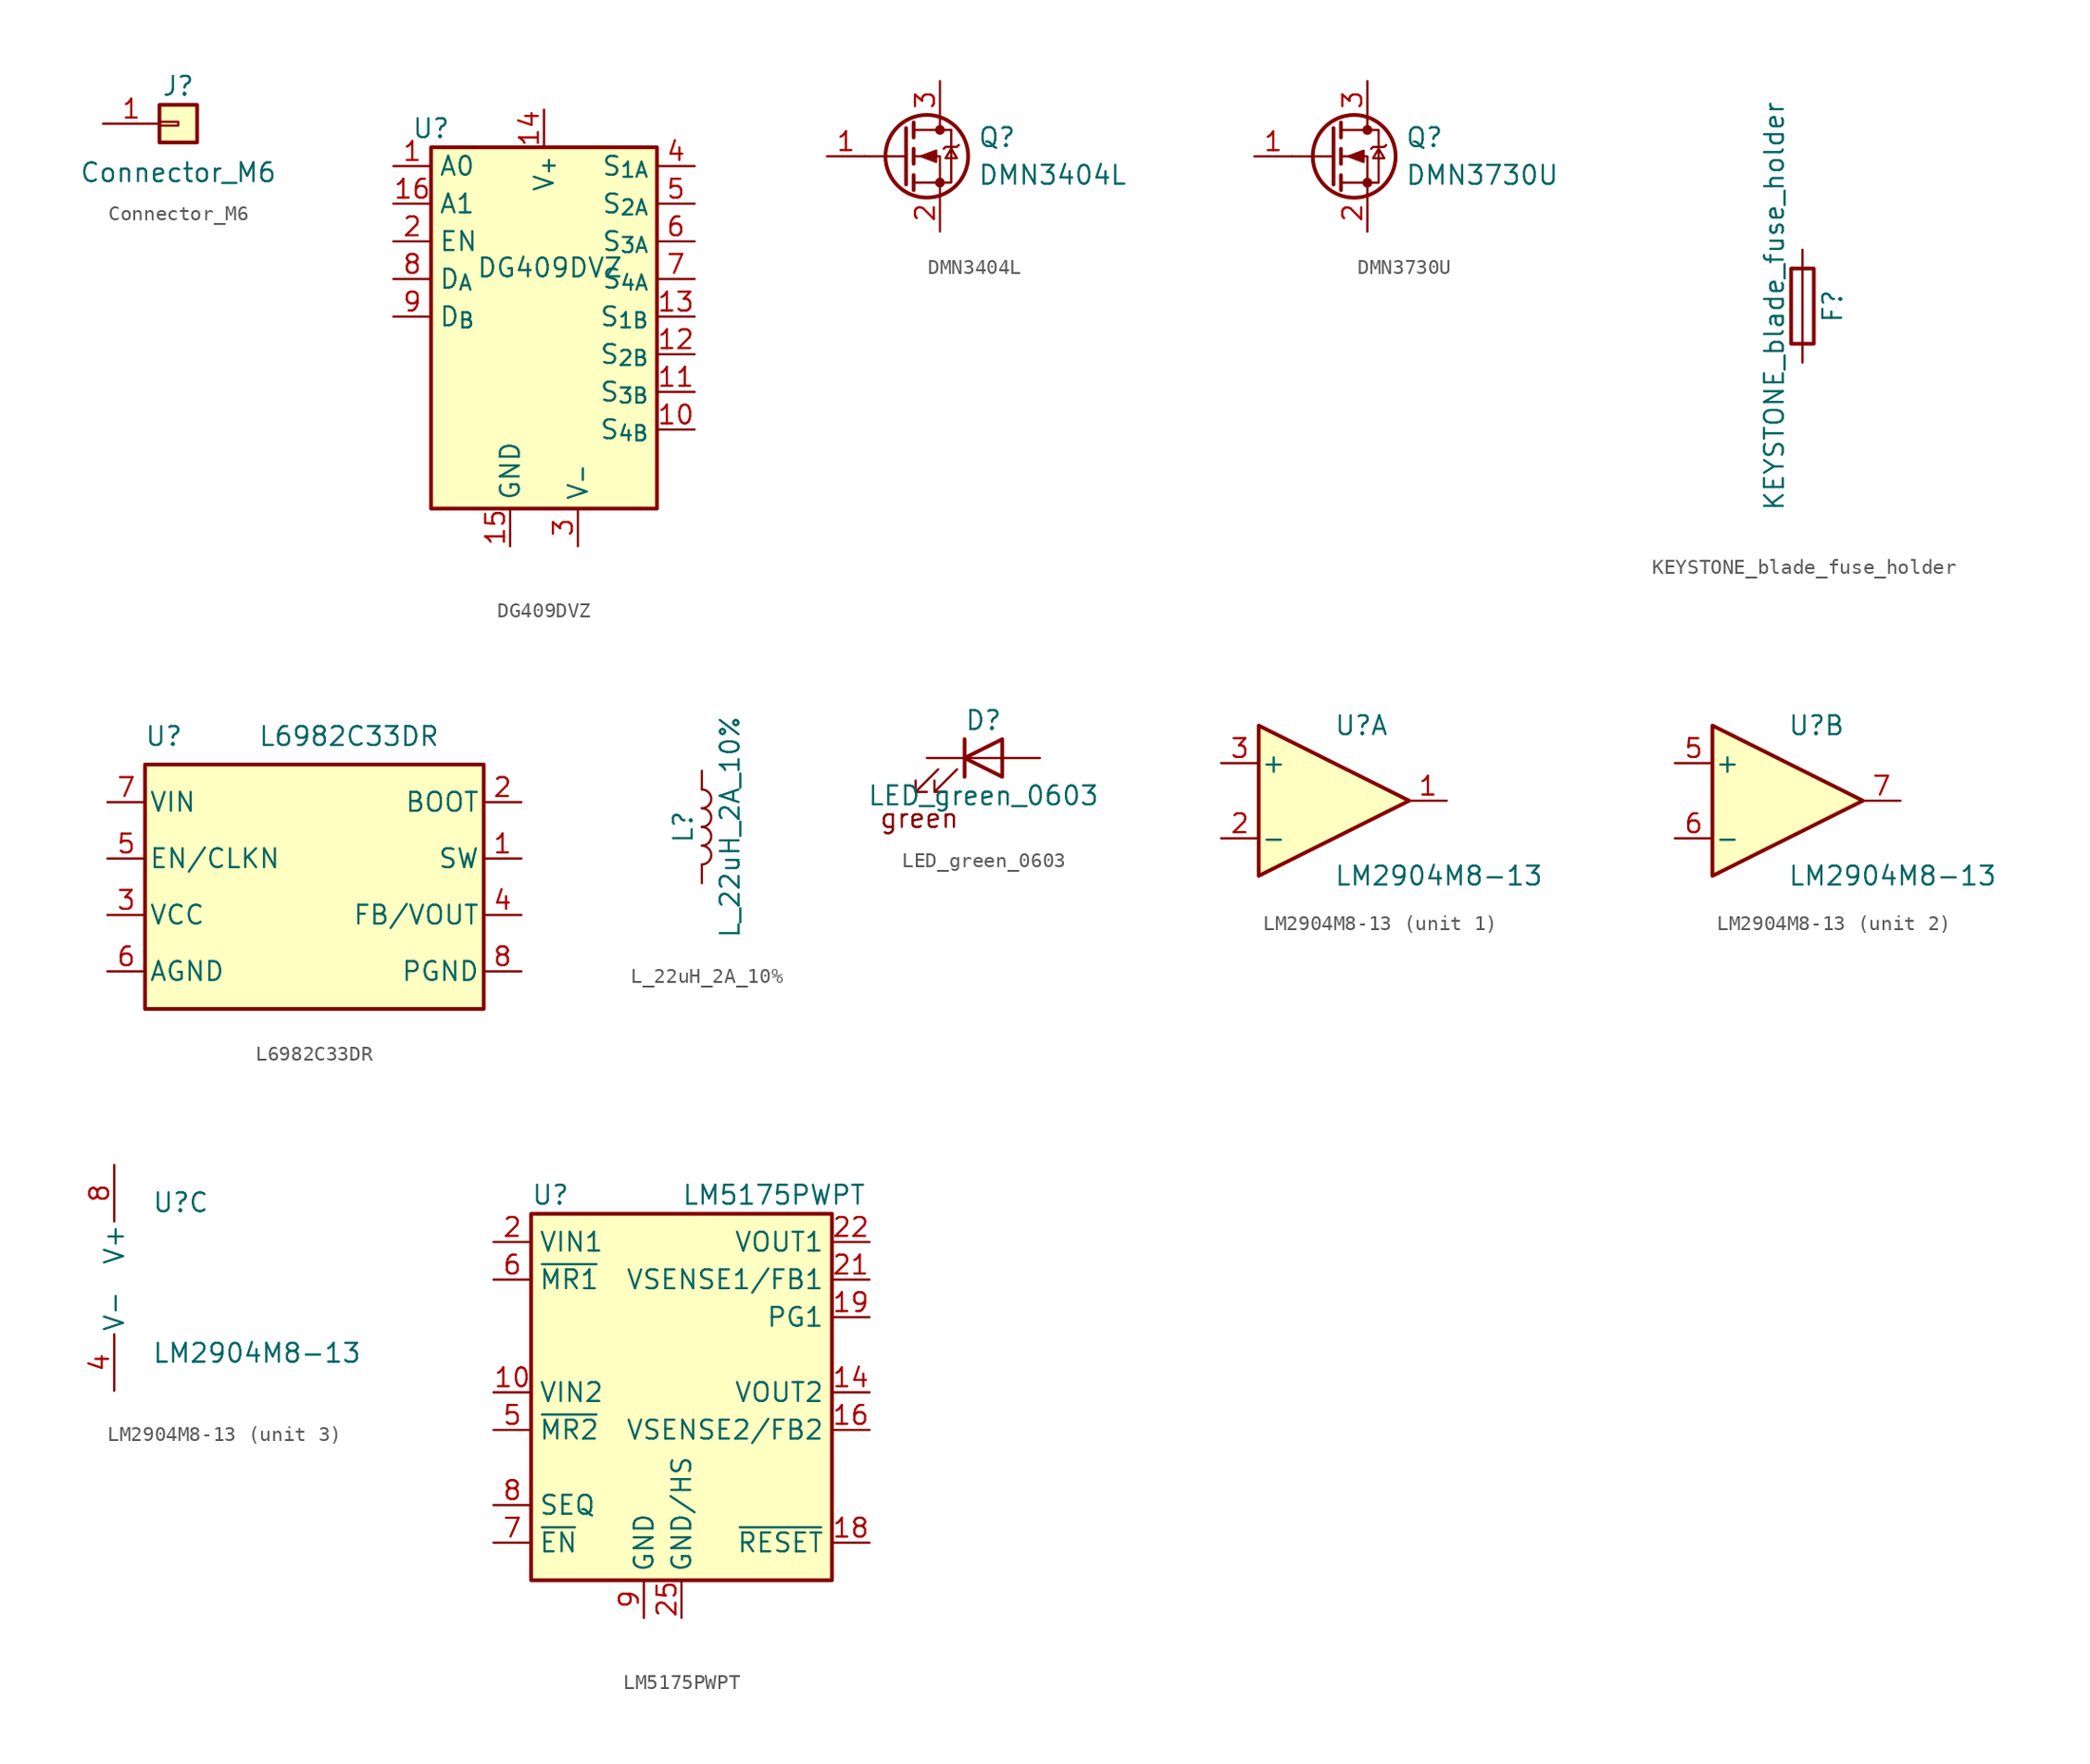
<source format=kicad_sym>
(kicad_symbol_lib
  (version 20220914)
  (generator kicad_symbol_editor)
  (symbol "Connector_M6"
    (pin_names
      (offset 1.016) hide)
    (property "Reference" "J"
      (at 0 2.54 0)
      (effects (font (size 1.27 1.27))))
    (property "Value" "Connector_M6"
      (at 0 -3.302 0)
      (effects (font (size 1.27 1.27))))
    (symbol "Connector_M6_1_1"
      (rectangle (start -1.27 0.127) (end 0 -0.127) (stroke (width 0.152) (type default)) (fill (type none)))
      (rectangle (start -1.27 1.27) (end 1.27 -1.27) (stroke (width 0.254) (type default)) (fill (type background)))
      (pin passive line (at -5.08 0 0) (length 3.81) (name "Pin_1" (effects (font (size 1.27 1.27)))) (number "1" (effects (font (size 1.27 1.27)))))))
  (symbol "DG409DVZ"
    (property "Reference" "U"
      (at -7.62 6.35 0)
      (effects (font (size 1.27 1.27))))
    (property "Value" "DG409DVZ"
      (at -4.572 -3.048 0)
      (effects (font (size 1.27 1.27)) (justify left)))
    (symbol "DG409DVZ_1_1"
      (rectangle (start -7.62 5.08) (end 7.62 -19.304) (stroke (width 0.254) (type default)) (fill (type background)))
      (pin input line (at -10.16 3.81 0) (length 2.54) (name "A0" (effects (font (size 1.27 1.27)))) (number "1" (effects (font (size 1.27 1.27)))))
      (pin output line (at 10.16 -13.97 180) (length 2.54) (name "S_{4B}" (effects (font (size 1.27 1.27)))) (number "10" (effects (font (size 1.27 1.27)))))
      (pin output line (at 10.16 -11.43 180) (length 2.54) (name "S_{3B}" (effects (font (size 1.27 1.27)))) (number "11" (effects (font (size 1.27 1.27)))))
      (pin output line (at 10.16 -8.89 180) (length 2.54) (name "S_{2B}" (effects (font (size 1.27 1.27)))) (number "12" (effects (font (size 1.27 1.27)))))
      (pin output line (at 10.16 -6.35 180) (length 2.54) (name "S_{1B}" (effects (font (size 1.27 1.27)))) (number "13" (effects (font (size 1.27 1.27)))))
      (pin power_in line (at 0 7.62 270) (length 2.54) (name "V_{+}" (effects (font (size 1.27 1.27)))) (number "14" (effects (font (size 1.27 1.27)))))
      (pin power_in line (at -2.286 -21.844 90) (length 2.54) (name "GND" (effects (font (size 1.27 1.27)))) (number "15" (effects (font (size 1.27 1.27)))))
      (pin input line (at -10.16 1.27 0) (length 2.54) (name "A1" (effects (font (size 1.27 1.27)))) (number "16" (effects (font (size 1.27 1.27)))))
      (pin input line (at -10.16 -1.27 0) (length 2.54) (name "EN" (effects (font (size 1.27 1.27)))) (number "2" (effects (font (size 1.27 1.27)))))
      (pin power_in line (at 2.286 -21.844 90) (length 2.54) (name "V_{-}" (effects (font (size 1.27 1.27)))) (number "3" (effects (font (size 1.27 1.27)))))
      (pin output line (at 10.16 3.81 180) (length 2.54) (name "S_{1A}" (effects (font (size 1.27 1.27)))) (number "4" (effects (font (size 1.27 1.27)))))
      (pin output line (at 10.16 1.27 180) (length 2.54) (name "S_{2A}" (effects (font (size 1.27 1.27)))) (number "5" (effects (font (size 1.27 1.27)))))
      (pin output line (at 10.16 -1.27 180) (length 2.54) (name "S_{3A}" (effects (font (size 1.27 1.27)))) (number "6" (effects (font (size 1.27 1.27)))))
      (pin output line (at 10.16 -3.81 180) (length 2.54) (name "S_{4A}" (effects (font (size 1.27 1.27)))) (number "7" (effects (font (size 1.27 1.27)))))
      (pin input line (at -10.16 -3.81 0) (length 2.54) (name "D_{A}" (effects (font (size 1.27 1.27)))) (number "8" (effects (font (size 1.27 1.27)))))
      (pin input line (at -10.16 -6.35 0) (length 2.54) (name "D_{B}" (effects (font (size 1.27 1.27)))) (number "9" (effects (font (size 1.27 1.27)))))))
  (symbol "DMN3404L"
    (pin_names
      (offset 0) hide)
    (property "Reference" "Q"
      (at 5.08 1.27 0)
      (effects (font (size 1.27 1.27)) (justify left)))
    (property "Value" "DMN3404L"
      (at 5.08 -1.27 0)
      (effects (font (size 1.27 1.27)) (justify left)))
    (symbol "DMN3404L_0_1"
      (polyline (pts (xy 0.254 0) (xy -2.54 0)) (stroke (width 0) (type default)) (fill (type none)))
      (polyline (pts (xy 0.254 1.905) (xy 0.254 -1.905)) (stroke (width 0.254) (type default)) (fill (type none)))
      (polyline (pts (xy 0.762 -1.27) (xy 0.762 -2.286)) (stroke (width 0.254) (type default)) (fill (type none)))
      (polyline (pts (xy 0.762 0.508) (xy 0.762 -0.508)) (stroke (width 0.254) (type default)) (fill (type none)))
      (polyline (pts (xy 0.762 2.286) (xy 0.762 1.27)) (stroke (width 0.254) (type default)) (fill (type none)))
      (polyline (pts (xy 2.54 2.54) (xy 2.54 1.778)) (stroke (width 0) (type default)) (fill (type none)))
      (polyline (pts (xy 2.54 -2.54) (xy 2.54 0) (xy 0.762 0)) (stroke (width 0) (type default)) (fill (type none)))
      (polyline (pts (xy 0.762 1.778) (xy 3.302 1.778) (xy 3.302 -1.778) (xy 0.762 -1.778)) (stroke (width 0) (type default)) (fill (type none)))
      (polyline (pts (xy 1.27 0) (xy 2.286 0.381) (xy 2.286 -0.381) (xy 1.27 0)) (stroke (width 0) (type default)) (fill (type outline)))
      (polyline (pts (xy 2.794 0.508) (xy 2.921 0.635) (xy 3.683 0.635) (xy 3.81 0.762)) (stroke (width 0) (type default)) (fill (type none)))
      (polyline (pts (xy 3.302 0.508) (xy 2.921 -0.127) (xy 3.683 -0.127) (xy 3.302 0.508)) (stroke (width 0) (type default)) (fill (type none)))
      (circle (center 1.651 0) (radius 2.794) (stroke (width 0.254) (type default)) (fill (type none)))
      (circle (center 2.54 -1.778) (radius 0.254) (stroke (width 0) (type default)) (fill (type outline)))
      (circle (center 2.54 1.778) (radius 0.254) (stroke (width 0) (type default)) (fill (type outline))))
    (symbol "DMN3404L_1_1"
      (pin input line (at -5.08 0 0) (length 2.54) (name "G" (effects (font (size 1.27 1.27)))) (number "1" (effects (font (size 1.27 1.27)))))
      (pin passive line (at 2.54 -5.08 90) (length 2.54) (name "S" (effects (font (size 1.27 1.27)))) (number "2" (effects (font (size 1.27 1.27)))))
      (pin passive line (at 2.54 5.08 270) (length 2.54) (name "D" (effects (font (size 1.27 1.27)))) (number "3" (effects (font (size 1.27 1.27)))))))
  (symbol "DMN3730U"
    (pin_names
      (offset 0) hide)
    (property "Reference" "Q"
      (at 5.08 1.27 0)
      (effects (font (size 1.27 1.27)) (justify left)))
    (property "Value" "DMN3730U"
      (at 5.08 -1.27 0)
      (effects (font (size 1.27 1.27)) (justify left)))
    (symbol "DMN3730U_0_1"
      (polyline (pts (xy 0.254 0) (xy -2.54 0)) (stroke (width 0) (type default)) (fill (type none)))
      (polyline (pts (xy 0.254 1.905) (xy 0.254 -1.905)) (stroke (width 0.254) (type default)) (fill (type none)))
      (polyline (pts (xy 0.762 -1.27) (xy 0.762 -2.286)) (stroke (width 0.254) (type default)) (fill (type none)))
      (polyline (pts (xy 0.762 0.508) (xy 0.762 -0.508)) (stroke (width 0.254) (type default)) (fill (type none)))
      (polyline (pts (xy 0.762 2.286) (xy 0.762 1.27)) (stroke (width 0.254) (type default)) (fill (type none)))
      (polyline (pts (xy 2.54 2.54) (xy 2.54 1.778)) (stroke (width 0) (type default)) (fill (type none)))
      (polyline (pts (xy 2.54 -2.54) (xy 2.54 0) (xy 0.762 0)) (stroke (width 0) (type default)) (fill (type none)))
      (polyline (pts (xy 0.762 1.778) (xy 3.302 1.778) (xy 3.302 -1.778) (xy 0.762 -1.778)) (stroke (width 0) (type default)) (fill (type none)))
      (polyline (pts (xy 1.27 0) (xy 2.286 0.381) (xy 2.286 -0.381) (xy 1.27 0)) (stroke (width 0) (type default)) (fill (type outline)))
      (polyline (pts (xy 2.794 0.508) (xy 2.921 0.635) (xy 3.683 0.635) (xy 3.81 0.762)) (stroke (width 0) (type default)) (fill (type none)))
      (polyline (pts (xy 3.302 0.508) (xy 2.921 -0.127) (xy 3.683 -0.127) (xy 3.302 0.508)) (stroke (width 0) (type default)) (fill (type none)))
      (circle (center 1.651 0) (radius 2.794) (stroke (width 0.254) (type default)) (fill (type none)))
      (circle (center 2.54 -1.778) (radius 0.254) (stroke (width 0) (type default)) (fill (type outline)))
      (circle (center 2.54 1.778) (radius 0.254) (stroke (width 0) (type default)) (fill (type outline))))
    (symbol "DMN3730U_1_1"
      (pin input line (at -5.08 0 0) (length 2.54) (name "G" (effects (font (size 1.27 1.27)))) (number "1" (effects (font (size 1.27 1.27)))))
      (pin passive line (at 2.54 -5.08 90) (length 2.54) (name "S" (effects (font (size 1.27 1.27)))) (number "2" (effects (font (size 1.27 1.27)))))
      (pin passive line (at 2.54 5.08 270) (length 2.54) (name "D" (effects (font (size 1.27 1.27)))) (number "3" (effects (font (size 1.27 1.27)))))))
  (symbol "KEYSTONE_blade_fuse_holder"
    (pin_numbers hide)
    (pin_names
      (offset 0))
    (property "Reference" "F"
      (at 2.032 0 90)
      (effects (font (size 1.27 1.27))))
    (property "Value" "KEYSTONE_blade_fuse_holder"
      (at -1.905 0 90)
      (effects (font (size 1.27 1.27))))
    (symbol "KEYSTONE_blade_fuse_holder_0_1"
      (rectangle (start -0.762 -2.54) (end 0.762 2.54) (stroke (width 0.254) (type default)) (fill (type none)))
      (polyline (pts (xy 0 2.54) (xy 0 -2.54)) (stroke (width 0) (type default)) (fill (type none))))
    (symbol "KEYSTONE_blade_fuse_holder_1_1"
      (pin passive line (at 0 3.81 270) (length 1.27) (name "~" (effects (font (size 1.27 1.27)))) (number "1" (effects (font (size 1.27 1.27)))))
      (pin passive line (at 0 -3.81 90) (length 1.27) (name "~" (effects (font (size 1.27 1.27)))) (number "2" (effects (font (size 1.27 1.27)))))))
  (symbol "L6982C33DR"
    (pin_names
      (offset 0.254))
    (property "Reference" "U"
      (at -6.35 5.715 0)
      (effects (font (size 1.27 1.27))))
    (property "Value" "L6982C33DR"
      (at 0 5.715 0)
      (effects (font (size 1.27 1.27)) (justify left)))
    (symbol "L6982C33DR_0_1"
      (rectangle (start -7.62 3.81) (end 15.24 -12.7) (stroke (width 0.254) (type default)) (fill (type background))))
    (symbol "L6982C33DR_1_1"
      (pin power_out line (at 17.78 -2.54 180) (length 2.54) (name "SW" (effects (font (size 1.27 1.27)))) (number "1" (effects (font (size 1.27 1.27)))))
      (pin input line (at 17.78 1.27 180) (length 2.54) (name "BOOT" (effects (font (size 1.27 1.27)))) (number "2" (effects (font (size 1.27 1.27)))))
      (pin power_out line (at -10.16 -6.35 0) (length 2.54) (name "VCC" (effects (font (size 1.27 1.27)))) (number "3" (effects (font (size 1.27 1.27)))))
      (pin power_out line (at 17.78 -6.35 180) (length 2.54) (name "FB/VOUT" (effects (font (size 1.27 1.27)))) (number "4" (effects (font (size 1.27 1.27)))))
      (pin input line (at -10.16 -2.54 0) (length 2.54) (name "EN/CLKN" (effects (font (size 1.27 1.27)))) (number "5" (effects (font (size 1.27 1.27)))))
      (pin passive line (at -10.16 -10.16 0) (length 2.54) (name "AGND" (effects (font (size 1.27 1.27)))) (number "6" (effects (font (size 1.27 1.27)))))
      (pin power_in line (at -10.16 1.27 0) (length 2.54) (name "VIN" (effects (font (size 1.27 1.27)))) (number "7" (effects (font (size 1.27 1.27)))))
      (pin passive line (at 17.78 -10.16 180) (length 2.54) (name "PGND" (effects (font (size 1.27 1.27)))) (number "8" (effects (font (size 1.27 1.27)))))))
  (symbol "L_22uH_2A_10%"
    (pin_numbers hide)
    (pin_names
      (offset 1.016) hide)
    (property "Reference" "L"
      (at -1.27 0 90)
      (effects (font (size 1.27 1.27))))
    (property "Value" "L_22uH_2A_10%"
      (at 1.905 0 90)
      (effects (font (size 1.27 1.27))))
    (symbol "L_22uH_2A_10%_0_1"
      (arc (start 0 -2.54) (mid 0.6323 -1.905) (end 0 -1.27) (stroke (width 0) (type default)) (fill (type none)))
      (arc (start 0 -1.27) (mid 0.6323 -0.635) (end 0 0) (stroke (width 0) (type default)) (fill (type none)))
      (arc (start 0 0) (mid 0.6323 0.635) (end 0 1.27) (stroke (width 0) (type default)) (fill (type none)))
      (arc (start 0 1.27) (mid 0.6323 1.905) (end 0 2.54) (stroke (width 0) (type default)) (fill (type none))))
    (symbol "L_22uH_2A_10%_1_1"
      (pin passive line (at 0 3.81 270) (length 1.27) (name "1" (effects (font (size 1.27 1.27)))) (number "1" (effects (font (size 1.27 1.27)))))
      (pin passive line (at 0 -3.81 90) (length 1.27) (name "2" (effects (font (size 1.27 1.27)))) (number "2" (effects (font (size 1.27 1.27)))))))
  (symbol "LED_green_0603"
    (pin_numbers hide)
    (pin_names
      (offset 1.016) hide)
    (property "Reference" "D"
      (at 0 2.54 0)
      (effects (font (size 1.27 1.27))))
    (property "Value" "LED_green_0603"
      (at 0 -2.54 0)
      (effects (font (size 1.27 1.27))))
    (symbol "LED_green_0603_0_0"
      (text "green" (at -4.318 -4.064 0) (effects (font (size 1.27 1.27)))))
    (symbol "LED_green_0603_0_1"
      (polyline (pts (xy -1.27 -1.27) (xy -1.27 1.27)) (stroke (width 0.254) (type default)) (fill (type none)))
      (polyline (pts (xy -1.27 0) (xy 1.27 0)) (stroke (width 0) (type default)) (fill (type none)))
      (polyline (pts (xy 1.27 -1.27) (xy 1.27 1.27) (xy -1.27 0) (xy 1.27 -1.27)) (stroke (width 0.254) (type default)) (fill (type none)))
      (polyline (pts (xy -3.048 -0.762) (xy -4.572 -2.286) (xy -3.81 -2.286) (xy -4.572 -2.286) (xy -4.572 -1.524)) (stroke (width 0) (type default)) (fill (type none)))
      (polyline (pts (xy -1.778 -0.762) (xy -3.302 -2.286) (xy -2.54 -2.286) (xy -3.302 -2.286) (xy -3.302 -1.524)) (stroke (width 0) (type default)) (fill (type none))))
    (symbol "LED_green_0603_1_1"
      (pin passive line (at -3.81 0 0) (length 2.54) (name "K" (effects (font (size 1.27 1.27)))) (number "1" (effects (font (size 1.27 1.27)))))
      (pin passive line (at 3.81 0 180) (length 2.54) (name "A" (effects (font (size 1.27 1.27)))) (number "2" (effects (font (size 1.27 1.27)))))))
  (symbol "LM2904M8-13"
    (pin_names
      (offset 0.127))
    (property "Reference" "U"
      (at 0 5.08 0)
      (effects (font (size 1.27 1.27)) (justify left)))
    (property "Value" "LM2904M8-13"
      (at 0 -5.08 0)
      (effects (font (size 1.27 1.27)) (justify left)))
    (property "ki_locked" ""
      (at 0 0 0)
      (effects (font (size 1.27 1.27))))
    (symbol "LM2904M8-13_1_1"
      (polyline (pts (xy -5.08 5.08) (xy 5.08 0) (xy -5.08 -5.08) (xy -5.08 5.08)) (stroke (width 0.254) (type default)) (fill (type background)))
      (pin output line (at 7.62 0 180) (length 2.54) (name "~" (effects (font (size 1.27 1.27)))) (number "1" (effects (font (size 1.27 1.27)))))
      (pin input line (at -7.62 -2.54 0) (length 2.54) (name "-" (effects (font (size 1.27 1.27)))) (number "2" (effects (font (size 1.27 1.27)))))
      (pin input line (at -7.62 2.54 0) (length 2.54) (name "+" (effects (font (size 1.27 1.27)))) (number "3" (effects (font (size 1.27 1.27))))))
    (symbol "LM2904M8-13_2_1"
      (polyline (pts (xy -5.08 5.08) (xy 5.08 0) (xy -5.08 -5.08) (xy -5.08 5.08)) (stroke (width 0.254) (type default)) (fill (type background)))
      (pin input line (at -7.62 2.54 0) (length 2.54) (name "+" (effects (font (size 1.27 1.27)))) (number "5" (effects (font (size 1.27 1.27)))))
      (pin input line (at -7.62 -2.54 0) (length 2.54) (name "-" (effects (font (size 1.27 1.27)))) (number "6" (effects (font (size 1.27 1.27)))))
      (pin output line (at 7.62 0 180) (length 2.54) (name "~" (effects (font (size 1.27 1.27)))) (number "7" (effects (font (size 1.27 1.27))))))
    (symbol "LM2904M8-13_3_1"
      (pin power_in line (at -2.54 -7.62 90) (length 3.81) (name "V-" (effects (font (size 1.27 1.27)))) (number "4" (effects (font (size 1.27 1.27)))))
      (pin power_in line (at -2.54 7.62 270) (length 3.81) (name "V+" (effects (font (size 1.27 1.27)))) (number "8" (effects (font (size 1.27 1.27)))))))
  (symbol "LM5175PWPT"
    (property "Reference" "U"
      (at -10.16 13.335 0)
      (effects (font (size 1.27 1.27)) (justify left)))
    (property "Value" "LM5175PWPT"
      (at 0 13.335 0)
      (effects (font (size 1.27 1.27)) (justify left)))
    (symbol "LM5175PWPT_0_1"
      (rectangle (start -10.16 12.065) (end 10.16 -12.7) (stroke (width 0.254) (type default)) (fill (type background))))
    (symbol "LM5175PWPT_1_1"
      (pin passive line (at 0 -15.24 90) (length 2.54) hide (name "GND/HS" (effects (font (size 1.27 1.27)))) (number "1" (effects (font (size 1.27 1.27)))))
      (pin power_in line (at -12.7 0 0) (length 2.54) (name "VIN2" (effects (font (size 1.27 1.27)))) (number "10" (effects (font (size 1.27 1.27)))))
      (pin passive line (at -12.7 0 0) (length 2.54) hide (name "VIN2" (effects (font (size 1.27 1.27)))) (number "11" (effects (font (size 1.27 1.27)))))
      (pin passive line (at 0 -15.24 90) (length 2.54) hide (name "GND/HS" (effects (font (size 1.27 1.27)))) (number "12" (effects (font (size 1.27 1.27)))))
      (pin passive line (at 0 -15.24 90) (length 2.54) hide (name "GND/HS" (effects (font (size 1.27 1.27)))) (number "13" (effects (font (size 1.27 1.27)))))
      (pin power_out line (at 12.7 0 180) (length 2.54) (name "VOUT2" (effects (font (size 1.27 1.27)))) (number "14" (effects (font (size 1.27 1.27)))))
      (pin passive line (at 12.7 0 180) (length 2.54) hide (name "VOUT2" (effects (font (size 1.27 1.27)))) (number "15" (effects (font (size 1.27 1.27)))))
      (pin input line (at 12.7 -2.54 180) (length 2.54) (name "VSENSE2/FB2" (effects (font (size 1.27 1.27)))) (number "16" (effects (font (size 1.27 1.27)))))
      (pin no_connect line (at -10.16 2.54 0) (length 2.54) hide (name "NC" (effects (font (size 1.27 1.27)))) (number "17" (effects (font (size 1.27 1.27)))))
      (pin open_collector line (at 12.7 -10.16 180) (length 2.54) (name "~{RESET}" (effects (font (size 1.27 1.27)))) (number "18" (effects (font (size 1.27 1.27)))))
      (pin open_collector line (at 12.7 5.08 180) (length 2.54) (name "PG1" (effects (font (size 1.27 1.27)))) (number "19" (effects (font (size 1.27 1.27)))))
      (pin power_in line (at -12.7 10.16 0) (length 2.54) (name "VIN1" (effects (font (size 1.27 1.27)))) (number "2" (effects (font (size 1.27 1.27)))))
      (pin no_connect line (at -10.16 -5.08 0) (length 2.54) hide (name "NC" (effects (font (size 1.27 1.27)))) (number "20" (effects (font (size 1.27 1.27)))))
      (pin input line (at 12.7 7.62 180) (length 2.54) (name "VSENSE1/FB1" (effects (font (size 1.27 1.27)))) (number "21" (effects (font (size 1.27 1.27)))))
      (pin power_out line (at 12.7 10.16 180) (length 2.54) (name "VOUT1" (effects (font (size 1.27 1.27)))) (number "22" (effects (font (size 1.27 1.27)))))
      (pin passive line (at 12.7 10.16 180) (length 2.54) hide (name "VOUT1" (effects (font (size 1.27 1.27)))) (number "23" (effects (font (size 1.27 1.27)))))
      (pin passive line (at 0 -15.24 90) (length 2.54) hide (name "GND/HS" (effects (font (size 1.27 1.27)))) (number "24" (effects (font (size 1.27 1.27)))))
      (pin power_in line (at 0 -15.24 90) (length 2.54) (name "GND/HS" (effects (font (size 1.27 1.27)))) (number "25" (effects (font (size 1.27 1.27)))))
      (pin passive line (at -12.7 10.16 0) (length 2.54) hide (name "VIN1" (effects (font (size 1.27 1.27)))) (number "3" (effects (font (size 1.27 1.27)))))
      (pin no_connect line (at -10.16 5.08 0) (length 2.54) hide (name "NC" (effects (font (size 1.27 1.27)))) (number "4" (effects (font (size 1.27 1.27)))))
      (pin input line (at -12.7 -2.54 0) (length 2.54) (name "~{MR2}" (effects (font (size 1.27 1.27)))) (number "5" (effects (font (size 1.27 1.27)))))
      (pin input line (at -12.7 7.62 0) (length 2.54) (name "~{MR1}" (effects (font (size 1.27 1.27)))) (number "6" (effects (font (size 1.27 1.27)))))
      (pin input line (at -12.7 -10.16 0) (length 2.54) (name "~{EN}" (effects (font (size 1.27 1.27)))) (number "7" (effects (font (size 1.27 1.27)))))
      (pin input line (at -12.7 -7.62 0) (length 2.54) (name "SEQ" (effects (font (size 1.27 1.27)))) (number "8" (effects (font (size 1.27 1.27)))))
      (pin power_in line (at -2.54 -15.24 90) (length 2.54) (name "GND" (effects (font (size 1.27 1.27)))) (number "9" (effects (font (size 1.27 1.27))))))))
</source>
